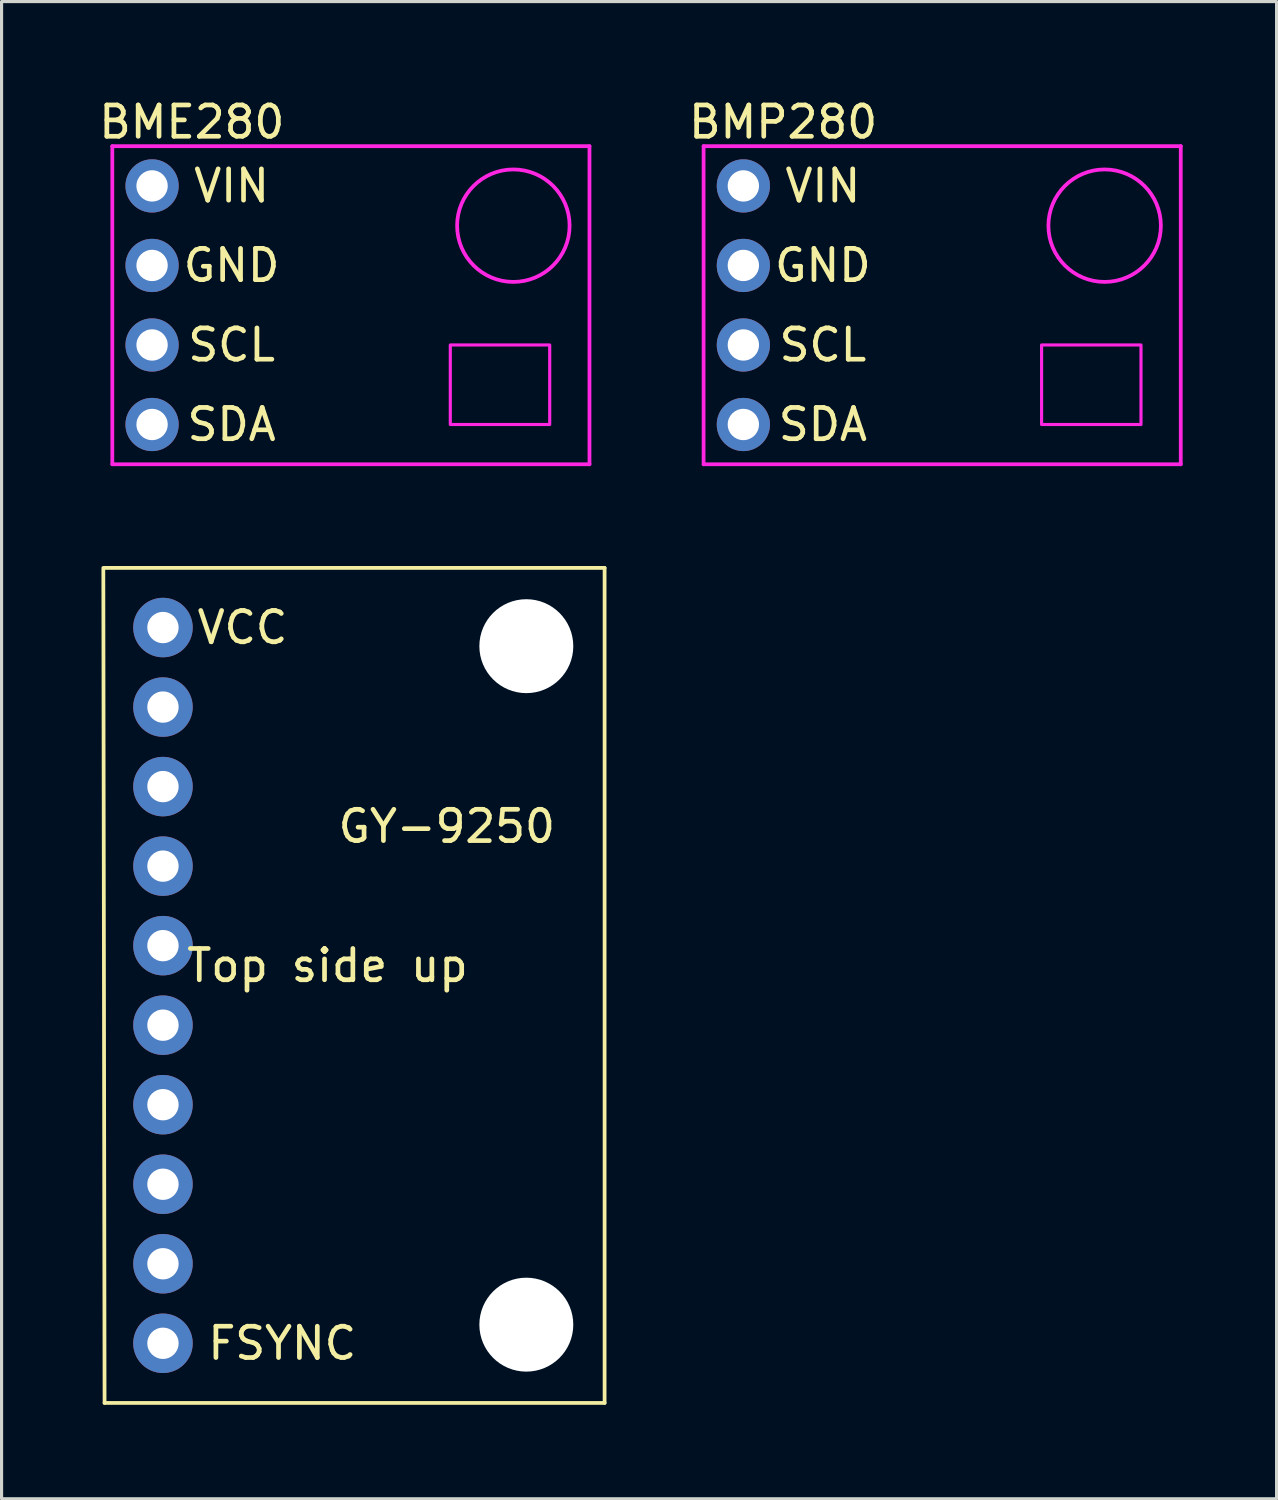
<source format=kicad_pcb>
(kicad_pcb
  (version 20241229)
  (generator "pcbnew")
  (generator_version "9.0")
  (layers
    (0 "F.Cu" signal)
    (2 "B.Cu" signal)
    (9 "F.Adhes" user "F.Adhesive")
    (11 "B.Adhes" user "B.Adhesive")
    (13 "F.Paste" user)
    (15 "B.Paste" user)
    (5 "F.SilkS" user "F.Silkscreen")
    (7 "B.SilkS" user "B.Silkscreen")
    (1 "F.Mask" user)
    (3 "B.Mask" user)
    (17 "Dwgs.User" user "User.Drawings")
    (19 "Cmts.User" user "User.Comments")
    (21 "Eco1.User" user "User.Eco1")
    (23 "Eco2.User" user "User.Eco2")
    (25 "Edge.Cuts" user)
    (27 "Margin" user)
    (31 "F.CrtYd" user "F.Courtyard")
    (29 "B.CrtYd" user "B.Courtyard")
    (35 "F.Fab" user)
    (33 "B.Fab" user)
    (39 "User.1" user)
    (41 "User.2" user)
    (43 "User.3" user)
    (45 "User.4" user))
  (footprint "GY-9250"
    (layer "F.Cu")
    (at 0.25 15.088)
    (property "Reference" "GY-9250" (at 10.97 8.255 0) (layer "F.SilkS") (effects (font (size 1 1) (thickness 0.15))))
    (attr through_hole)
    (fp_line (start 0.04 0) (end 16.01 0) (stroke (width 0.12) (type solid)) (layer "F.SilkS"))
    (fp_line (start 0.04 26.67) (end 0 0) (stroke (width 0.12) (type solid)) (layer "F.SilkS"))
    (fp_line (start 0.04 26.67) (end 16.01 26.67) (stroke (width 0.12) (type solid)) (layer "F.SilkS"))
    (fp_line (start 16.01 0) (end 16.01 26.67) (stroke (width 0.12) (type solid)) (layer "F.SilkS"))
    (fp_text user "Top side up" (at 7.16 12.7 0) (layer "F.SilkS") (effects (font (size 1 1) (thickness 0.15))))
    (fp_text user "VCC" (at 4.445 1.905 0) (layer "F.SilkS") (effects (font (size 1 1) (thickness 0.15))))
    (fp_text user "FSYNC" (at 5.715 24.765 0) (layer "F.SilkS") (effects (font (size 1 1) (thickness 0.15))))
    (pad "" np_thru_hole circle (at 13.51 2.5) (size 3 3) (drill 3) (layers "*.Cu" "*.Mask"))
    (pad "" np_thru_hole circle (at 13.51 24.17) (size 3 3) (drill 3) (layers "*.Cu" "*.Mask"))
    (pad "1" thru_hole circle (at 1.905 1.905) (size 1.9 1.9) (drill 1) (layers "*.Cu" "*.Mask"))
    (pad "2" thru_hole circle (at 1.905 4.445) (size 1.9 1.9) (drill 1) (layers "*.Cu" "*.Mask"))
    (pad "3" thru_hole circle (at 1.905 6.985) (size 1.9 1.9) (drill 1) (layers "*.Cu" "*.Mask"))
    (pad "4" thru_hole circle (at 1.905 9.525) (size 1.9 1.9) (drill 1) (layers "*.Cu" "*.Mask"))
    (pad "5" thru_hole circle (at 1.905 12.065) (size 1.9 1.9) (drill 1) (layers "*.Cu" "*.Mask"))
    (pad "6" thru_hole circle (at 1.905 14.605) (size 1.9 1.9) (drill 1) (layers "*.Cu" "*.Mask"))
    (pad "7" thru_hole circle (at 1.905 17.145) (size 1.9 1.9) (drill 1) (layers "*.Cu" "*.Mask"))
    (pad "8" thru_hole circle (at 1.905 19.685) (size 1.9 1.9) (drill 1) (layers "*.Cu" "*.Mask"))
    (pad "9" thru_hole circle (at 1.905 22.225) (size 1.9 1.9) (drill 1) (layers "*.Cu" "*.Mask"))
    (pad "10" thru_hole circle (at 1.905 24.765) (size 1.9 1.9) (drill 1) (layers "*.Cu" "*.Mask")))
  (footprint "BME280"
    (layer "F.Cu")
    (at 3.077 0.348)
    (property "Reference" "BME280" (at 0 0.5 0) (layer "F.SilkS") (effects (font (size 1 1) (thickness 0.15))))
    (attr through_hole)
    (fp_line (start -2.54 1.27) (end 12.7 1.27) (stroke (width 0.12) (type solid)) (layer "F.CrtYd"))
    (fp_line (start -2.54 11.43) (end -2.54 1.27) (stroke (width 0.12) (type solid)) (layer "F.CrtYd"))
    (fp_line (start 12.7 1.27) (end 12.7 11.43) (stroke (width 0.12) (type solid)) (layer "F.CrtYd"))
    (fp_line (start 12.7 11.43) (end -2.54 11.43) (stroke (width 0.12) (type solid)) (layer "F.CrtYd"))
    (fp_circle (center 10.269 3.81) (end 11.539 2.54) (stroke (width 0.12) (type solid)) (fill no) (layer "F.CrtYd"))
    (fp_poly (pts (xy 11.43 10.16) (xy 8.255 10.16) (xy 8.255 7.62) (xy 11.43 7.62)) (stroke (width 0.1) (type solid)) (fill no) (layer "F.CrtYd"))
    (fp_text user "SCL" (at 1.27 7.62 0) (layer "F.SilkS") (effects (font (size 1 1) (thickness 0.15))))
    (fp_text user "GND" (at 1.27 5.08 0) (layer "F.SilkS") (effects (font (size 1 1) (thickness 0.15))))
    (fp_text user "SDA" (at 1.27 10.16 0) (layer "F.SilkS") (effects (font (size 1 1) (thickness 0.15))))
    (fp_text user "VIN" (at 1.27 2.54 0) (layer "F.SilkS") (effects (font (size 1 1) (thickness 0.15))))
    (pad "1" thru_hole circle (at -1.27 2.54) (size 1.7 1.7) (drill 1) (layers "*.Cu" "*.Mask"))
    (pad "2" thru_hole circle (at -1.27 5.08) (size 1.7 1.7) (drill 1) (layers "*.Cu" "*.Mask"))
    (pad "3" thru_hole circle (at -1.27 7.62) (size 1.7 1.7) (drill 1) (layers "*.Cu" "*.Mask"))
    (pad "4" thru_hole circle (at -1.27 10.16) (size 1.7 1.7) (drill 1) (layers "*.Cu" "*.Mask")))
  (footprint "BMP280"
    (layer "F.Cu")
    (at 21.962 0.348)
    (property "Reference" "BMP280" (at 0 0.5 0) (layer "F.SilkS") (effects (font (size 1 1) (thickness 0.15))))
    (attr through_hole)
    (fp_line (start -2.54 1.27) (end 12.7 1.27) (stroke (width 0.12) (type solid)) (layer "F.CrtYd"))
    (fp_line (start -2.54 11.43) (end -2.54 1.27) (stroke (width 0.12) (type solid)) (layer "F.CrtYd"))
    (fp_line (start 12.7 1.27) (end 12.7 11.43) (stroke (width 0.12) (type solid)) (layer "F.CrtYd"))
    (fp_line (start 12.7 11.43) (end -2.54 11.43) (stroke (width 0.12) (type solid)) (layer "F.CrtYd"))
    (fp_circle (center 10.269 3.81) (end 11.539 2.54) (stroke (width 0.12) (type solid)) (fill no) (layer "F.CrtYd"))
    (fp_poly (pts (xy 11.43 10.16) (xy 8.255 10.16) (xy 8.255 7.62) (xy 11.43 7.62)) (stroke (width 0.1) (type solid)) (fill no) (layer "F.CrtYd"))
    (fp_text user "SDA" (at 1.27 10.16 0) (layer "F.SilkS") (effects (font (size 1 1) (thickness 0.15))))
    (fp_text user "SCL" (at 1.27 7.62 0) (layer "F.SilkS") (effects (font (size 1 1) (thickness 0.15))))
    (fp_text user "VIN" (at 1.27 2.54 0) (layer "F.SilkS") (effects (font (size 1 1) (thickness 0.15))))
    (fp_text user "GND" (at 1.27 5.08 0) (layer "F.SilkS") (effects (font (size 1 1) (thickness 0.15))))
    (pad "1" thru_hole circle (at -1.27 2.54) (size 1.7 1.7) (drill 1) (layers "*.Cu" "*.Mask"))
    (pad "2" thru_hole circle (at -1.27 5.08) (size 1.7 1.7) (drill 1) (layers "*.Cu" "*.Mask"))
    (pad "3" thru_hole circle (at -1.27 7.62) (size 1.7 1.7) (drill 1) (layers "*.Cu" "*.Mask"))
    (pad "4" thru_hole circle (at -1.27 10.16) (size 1.7 1.7) (drill 1) (layers "*.Cu" "*.Mask")))
  (gr_rect
    (start -3 -3)
    (end 37.722 44.818)
    (stroke (width 0.1) (type default))
    (fill no)
    (layer "Edge.Cuts")))
</source>
